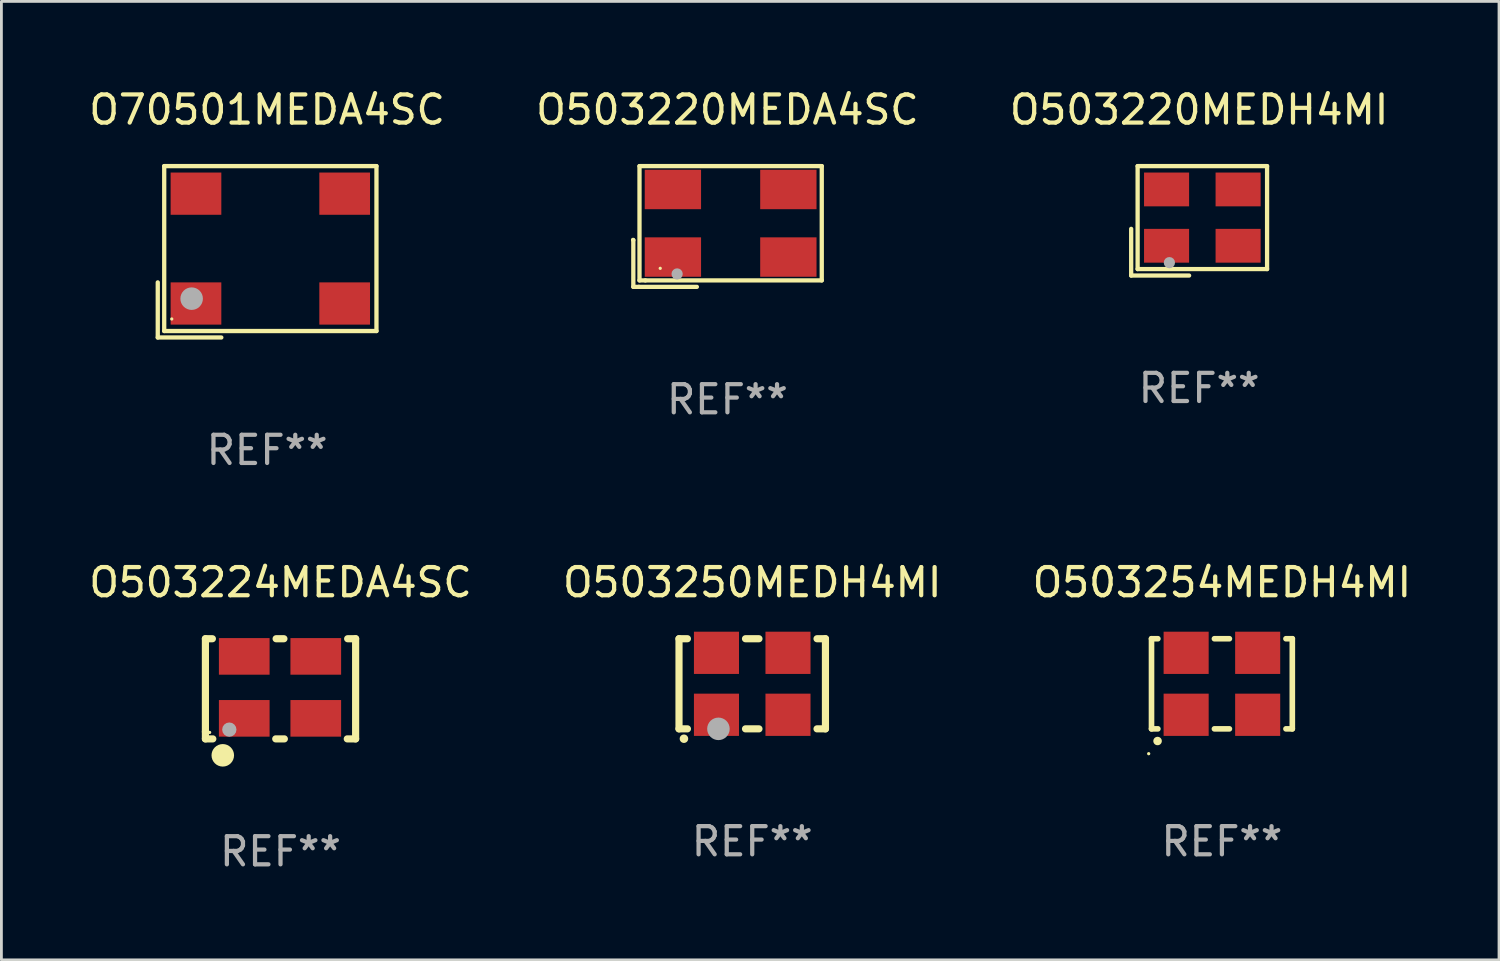
<source format=kicad_pcb>
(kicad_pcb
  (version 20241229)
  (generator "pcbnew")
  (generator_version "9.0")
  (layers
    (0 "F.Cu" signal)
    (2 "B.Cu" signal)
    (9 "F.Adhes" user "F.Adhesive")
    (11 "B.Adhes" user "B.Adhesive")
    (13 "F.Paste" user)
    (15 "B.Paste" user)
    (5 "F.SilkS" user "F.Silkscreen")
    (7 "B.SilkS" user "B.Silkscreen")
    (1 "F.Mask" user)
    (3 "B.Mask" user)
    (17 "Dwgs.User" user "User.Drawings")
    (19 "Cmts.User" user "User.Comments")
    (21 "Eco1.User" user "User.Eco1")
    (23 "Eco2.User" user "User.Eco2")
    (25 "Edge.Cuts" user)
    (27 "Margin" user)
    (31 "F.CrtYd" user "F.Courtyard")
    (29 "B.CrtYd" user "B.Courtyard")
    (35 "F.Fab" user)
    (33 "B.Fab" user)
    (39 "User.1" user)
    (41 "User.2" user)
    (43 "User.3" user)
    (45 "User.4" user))
  (footprint "O503220MEDH4MI"
    (layer "F.Cu")
    (at 39.53 4.791)
    (property "Reference" "O503220MEDH4MI" (at 0 -3.943 0) (layer "F.SilkS") (effects (font (size 1 1) (thickness 0.15))))
    (attr through_hole)
    (fp_line (start -2.413 0.286) (end -2.413 1.943) (stroke (width 0.152) (type solid)) (layer "F.SilkS"))
    (fp_line (start -2.413 1.943) (end -0.356 1.943) (stroke (width 0.152) (type solid)) (layer "F.SilkS"))
    (fp_line (start -2.184 -1.943) (end 2.413 -1.943) (stroke (width 0.152) (type solid)) (layer "F.SilkS"))
    (fp_line (start -2.184 1.714) (end -2.184 -1.943) (stroke (width 0.152) (type solid)) (layer "F.SilkS"))
    (fp_line (start 2.413 -1.943) (end 2.413 1.714) (stroke (width 0.152) (type solid)) (layer "F.SilkS"))
    (fp_line (start 2.413 1.714) (end -2.184 1.714) (stroke (width 0.152) (type solid)) (layer "F.SilkS"))
    (fp_circle (center -1.056 1.486) (end -0.956 1.486) (stroke (width 0.2) (type solid)) (fill no) (layer "F.Fab"))
    (fp_text user "REF**" (at 0 5.943 0) (layer "F.Fab") (effects (font (size 1 1) (thickness 0.15))))
    (pad "1" smd rect (at -1.156 0.886) (size 1.6 1.2) (layers "F.Cu" "F.Mask" "F.Paste"))
    (pad "2" smd rect (at 1.384 0.886) (size 1.6 1.2) (layers "F.Cu" "F.Mask" "F.Paste"))
    (pad "3" smd rect (at 1.384 -1.114) (size 1.6 1.2) (layers "F.Cu" "F.Mask" "F.Paste"))
    (pad "4" smd rect (at -1.156 -1.114) (size 1.6 1.2) (layers "F.Cu" "F.Mask" "F.Paste")))
  (footprint "O70501MEDA4SC"
    (layer "F.Cu")
    (at 6.435 5.891)
    (property "Reference" "O70501MEDA4SC" (at 0 -5.043 0) (layer "F.SilkS") (effects (font (size 1 1) (thickness 0.15))))
    (attr through_hole)
    (fp_line (start -3.883 1.086) (end -3.883 3.043) (stroke (width 0.152) (type solid)) (layer "F.SilkS"))
    (fp_line (start -3.883 3.043) (end -1.626 3.043) (stroke (width 0.152) (type solid)) (layer "F.SilkS"))
    (fp_line (start -3.654 -3.043) (end 3.883 -3.043) (stroke (width 0.152) (type solid)) (layer "F.SilkS"))
    (fp_line (start -3.654 2.814) (end -3.654 -3.043) (stroke (width 0.152) (type solid)) (layer "F.SilkS"))
    (fp_line (start 3.883 -3.043) (end 3.883 2.814) (stroke (width 0.152) (type solid)) (layer "F.SilkS"))
    (fp_line (start 3.883 2.814) (end -3.654 2.814) (stroke (width 0.152) (type solid)) (layer "F.SilkS"))
    (fp_circle (center -3.386 2.386) (end -3.356 2.386) (stroke (width 0.06) (type solid)) (fill no) (layer "F.SilkS"))
    (fp_circle (center -2.68 1.664) (end -2.48 1.664) (stroke (width 0.4) (type solid)) (fill no) (layer "F.Fab"))
    (fp_text user "REF**" (at 0 7.043 0) (layer "F.Fab") (effects (font (size 1 1) (thickness 0.15))))
    (pad "1" smd rect (at -2.526 1.836) (size 1.8 1.5) (layers "F.Cu" "F.Mask" "F.Paste"))
    (pad "2" smd rect (at 2.754 1.836) (size 1.8 1.5) (layers "F.Cu" "F.Mask" "F.Paste"))
    (pad "3" smd rect (at 2.754 -2.064) (size 1.8 1.5) (layers "F.Cu" "F.Mask" "F.Paste"))
    (pad "4" smd rect (at -2.526 -2.064) (size 1.8 1.5) (layers "F.Cu" "F.Mask" "F.Paste")))
  (footprint "O503224MEDA4SC"
    (layer "F.Cu")
    (at 6.911 21.409)
    (property "Reference" "O503224MEDA4SC" (at 0 -3.778 0) (layer "F.SilkS") (effects (font (size 1 1) (thickness 0.15))))
    (attr through_hole)
    (fp_line (start -2.667 -1.778) (end -2.419 -1.778) (stroke (width 0.254) (type solid)) (layer "F.SilkS"))
    (fp_line (start -2.667 1.524) (end -2.667 -1.778) (stroke (width 0.254) (type solid)) (layer "F.SilkS"))
    (fp_line (start -2.667 1.778) (end -2.667 1.524) (stroke (width 0.254) (type solid)) (layer "F.SilkS"))
    (fp_line (start -2.404 1.778) (end -2.667 1.778) (stroke (width 0.254) (type solid)) (layer "F.SilkS"))
    (fp_line (start -0.156 -1.778) (end 0.121 -1.778) (stroke (width 0.254) (type solid)) (layer "F.SilkS"))
    (fp_line (start 0.136 1.778) (end -0.17 1.778) (stroke (width 0.254) (type solid)) (layer "F.SilkS"))
    (fp_line (start 2.384 -1.778) (end 2.667 -1.778) (stroke (width 0.254) (type solid)) (layer "F.SilkS"))
    (fp_line (start 2.667 -1.778) (end 2.667 1.778) (stroke (width 0.254) (type solid)) (layer "F.SilkS"))
    (fp_line (start 2.667 1.778) (end 2.37 1.778) (stroke (width 0.254) (type solid)) (layer "F.SilkS"))
    (fp_circle (center -2.517 1.549) (end -2.487 1.549) (stroke (width 0.06) (type solid)) (fill no) (layer "F.SilkS"))
    (fp_circle (center -2.05 2.362) (end -1.85 2.362) (stroke (width 0.4) (type solid)) (fill no) (layer "F.SilkS"))
    (fp_circle (center -1.818 1.449) (end -1.691 1.449) (stroke (width 0.254) (type solid)) (fill no) (layer "F.Fab"))
    (fp_text user "REF**" (at 0 5.778 0) (layer "F.Fab") (effects (font (size 1 1) (thickness 0.15))))
    (pad "1" smd rect (at -1.288 1.049) (size 1.8 1.3) (layers "F.Cu" "F.Mask" "F.Paste"))
    (pad "2" smd rect (at 1.252 1.049) (size 1.8 1.3) (layers "F.Cu" "F.Mask" "F.Paste"))
    (pad "3" smd rect (at 1.252 -1.151 180) (size 1.8 1.3) (layers "F.Cu" "F.Mask" "F.Paste"))
    (pad "4" smd rect (at -1.288 -1.151) (size 1.8 1.3) (layers "F.Cu" "F.Mask" "F.Paste")))
  (footprint "O503250MEDH4MI"
    (layer "F.Cu")
    (at 23.661 21.231)
    (property "Reference" "O503250MEDH4MI" (at 0 -3.6 0) (layer "F.SilkS") (effects (font (size 1 1) (thickness 0.15))))
    (attr through_hole)
    (fp_line (start -2.6 -1.6) (end -2.301 -1.6) (stroke (width 0.254) (type solid)) (layer "F.SilkS"))
    (fp_line (start -2.6 1.6) (end -2.6 -1.6) (stroke (width 0.254) (type solid)) (layer "F.SilkS"))
    (fp_line (start -2.301 1.6) (end -2.6 1.6) (stroke (width 0.254) (type solid)) (layer "F.SilkS"))
    (fp_line (start -0.239 -1.6) (end 0.239 -1.6) (stroke (width 0.254) (type solid)) (layer "F.SilkS"))
    (fp_line (start 0.239 1.6) (end -0.239 1.6) (stroke (width 0.254) (type solid)) (layer "F.SilkS"))
    (fp_line (start 2.301 -1.6) (end 2.6 -1.6) (stroke (width 0.254) (type solid)) (layer "F.SilkS"))
    (fp_line (start 2.6 -1.6) (end 2.6 1.6) (stroke (width 0.254) (type solid)) (layer "F.SilkS"))
    (fp_line (start 2.6 1.6) (end 2.301 1.6) (stroke (width 0.254) (type solid)) (layer "F.SilkS"))
    (fp_arc (start -2.426213 1.949987) (mid -2.424943 1.949982) (end -2.423673 1.949987) (stroke (width 0.3) (type solid)) (layer "F.SilkS"))
    (fp_circle (center -2.5 1.6) (end -2.47 1.6) (stroke (width 0.06) (type solid)) (fill no) (layer "F.SilkS"))
    (fp_circle (center -1.2 1.6) (end -1 1.6) (stroke (width 0.4) (type solid)) (fill no) (layer "F.Fab"))
    (fp_text user "REF**" (at 0 5.6 0) (layer "F.Fab") (effects (font (size 1 1) (thickness 0.15))))
    (pad "1" smd rect (at -1.27 1.1) (size 1.6 1.5) (layers "F.Cu" "F.Mask" "F.Paste"))
    (pad "2" smd rect (at 1.27 1.1) (size 1.6 1.5) (layers "F.Cu" "F.Mask" "F.Paste"))
    (pad "3" smd rect (at 1.27 -1.1) (size 1.6 1.5) (layers "F.Cu" "F.Mask" "F.Paste"))
    (pad "4" smd rect (at -1.27 -1.1) (size 1.6 1.5) (layers "F.Cu" "F.Mask" "F.Paste")))
  (footprint "O503254MEDH4MI"
    (layer "F.Cu")
    (at 40.339 21.231)
    (property "Reference" "O503254MEDH4MI" (at 0 -3.6 0) (layer "F.SilkS") (effects (font (size 1 1) (thickness 0.15))))
    (attr through_hole)
    (fp_line (start -2.5 -1.6) (end -2.274 -1.6) (stroke (width 0.2) (type solid)) (layer "F.SilkS"))
    (fp_line (start -2.5 1.6) (end -2.5 -1.6) (stroke (width 0.2) (type solid)) (layer "F.SilkS"))
    (fp_line (start -2.5 1.6) (end -2.274 1.6) (stroke (width 0.2) (type solid)) (layer "F.SilkS"))
    (fp_line (start -0.266 -1.6) (end 0.266 -1.6) (stroke (width 0.2) (type solid)) (layer "F.SilkS"))
    (fp_line (start -0.266 1.6) (end 0.266 1.6) (stroke (width 0.2) (type solid)) (layer "F.SilkS"))
    (fp_line (start 2.274 -1.6) (end 2.5 -1.6) (stroke (width 0.2) (type solid)) (layer "F.SilkS"))
    (fp_line (start 2.274 1.6) (end 2.5 1.6) (stroke (width 0.2) (type solid)) (layer "F.SilkS"))
    (fp_line (start 2.5 1.6) (end 2.5 -1.6) (stroke (width 0.2) (type solid)) (layer "F.SilkS"))
    (fp_arc (start -2.286005 2.032004) (mid -2.284735 2.031999) (end -2.283465 2.032004) (stroke (width 0.3) (type solid)) (layer "F.SilkS"))
    (fp_circle (center -2.6 2.482) (end -2.57 2.482) (stroke (width 0.06) (type solid)) (fill no) (layer "F.SilkS"))
    (fp_text user "REF**" (at 0 5.6 0) (layer "F.Fab") (effects (font (size 1 1) (thickness 0.15))))
    (pad "1" smd rect (at -1.27 1.1 90) (size 1.5 1.6) (layers "F.Cu" "F.Mask" "F.Paste"))
    (pad "2" smd rect (at 1.27 1.1 90) (size 1.5 1.6) (layers "F.Cu" "F.Mask" "F.Paste"))
    (pad "3" smd rect (at 1.27 -1.1 90) (size 1.5 1.6) (layers "F.Cu" "F.Mask" "F.Paste"))
    (pad "4" smd rect (at -1.27 -1.1 90) (size 1.5 1.6) (layers "F.Cu" "F.Mask" "F.Paste")))
  (footprint "O503220MEDA4SC"
    (layer "F.Cu")
    (at 22.78 4.992)
    (property "Reference" "O503220MEDA4SC" (at 0 -4.144 0) (layer "F.SilkS") (effects (font (size 1 1) (thickness 0.15))))
    (attr through_hole)
    (fp_line (start -3.35 0.476) (end -3.341 0.485) (stroke (width 0.152) (type solid)) (layer "F.SilkS"))
    (fp_line (start -3.341 0.485) (end -3.341 2.144) (stroke (width 0.152) (type solid)) (layer "F.SilkS"))
    (fp_line (start -3.341 2.144) (end -3.143 2.144) (stroke (width 0.152) (type solid)) (layer "F.SilkS"))
    (fp_line (start -3.143 2.144) (end -1.085 2.144) (stroke (width 0.152) (type solid)) (layer "F.SilkS"))
    (fp_line (start -3.122 -2.144) (end 3.35 -2.144) (stroke (width 0.152) (type solid)) (layer "F.SilkS"))
    (fp_line (start -3.122 1.915) (end -3.122 -2.144) (stroke (width 0.152) (type solid)) (layer "F.SilkS"))
    (fp_line (start -2.914 1.915) (end -3.122 1.915) (stroke (width 0.152) (type solid)) (layer "F.SilkS"))
    (fp_line (start 3.35 -2.144) (end 3.35 1.915) (stroke (width 0.152) (type solid)) (layer "F.SilkS"))
    (fp_line (start 3.35 1.915) (end -2.914 1.915) (stroke (width 0.152) (type solid)) (layer "F.SilkS"))
    (fp_circle (center -2.386 1.486) (end -2.356 1.486) (stroke (width 0.06) (type solid)) (fill no) (layer "F.SilkS"))
    (fp_circle (center -1.786 1.686) (end -1.686 1.686) (stroke (width 0.2) (type solid)) (fill no) (layer "F.Fab"))
    (fp_text user "REF**" (at 0 6.144 0) (layer "F.Fab") (effects (font (size 1 1) (thickness 0.15))))
    (pad "1" smd rect (at -1.936 1.086) (size 2 1.4) (layers "F.Cu" "F.Mask" "F.Paste"))
    (pad "2" smd rect (at 2.164 1.086) (size 2 1.4) (layers "F.Cu" "F.Mask" "F.Paste"))
    (pad "3" smd rect (at 2.164 -1.314) (size 2 1.4) (layers "F.Cu" "F.Mask" "F.Paste"))
    (pad "4" smd rect (at -1.936 -1.314) (size 2 1.4) (layers "F.Cu" "F.Mask" "F.Paste")))
  (gr_rect
    (start -3 -3)
    (end 50.179 31.035)
    (stroke (width 0.1) (type default))
    (fill no)
    (layer "Edge.Cuts")))
</source>
